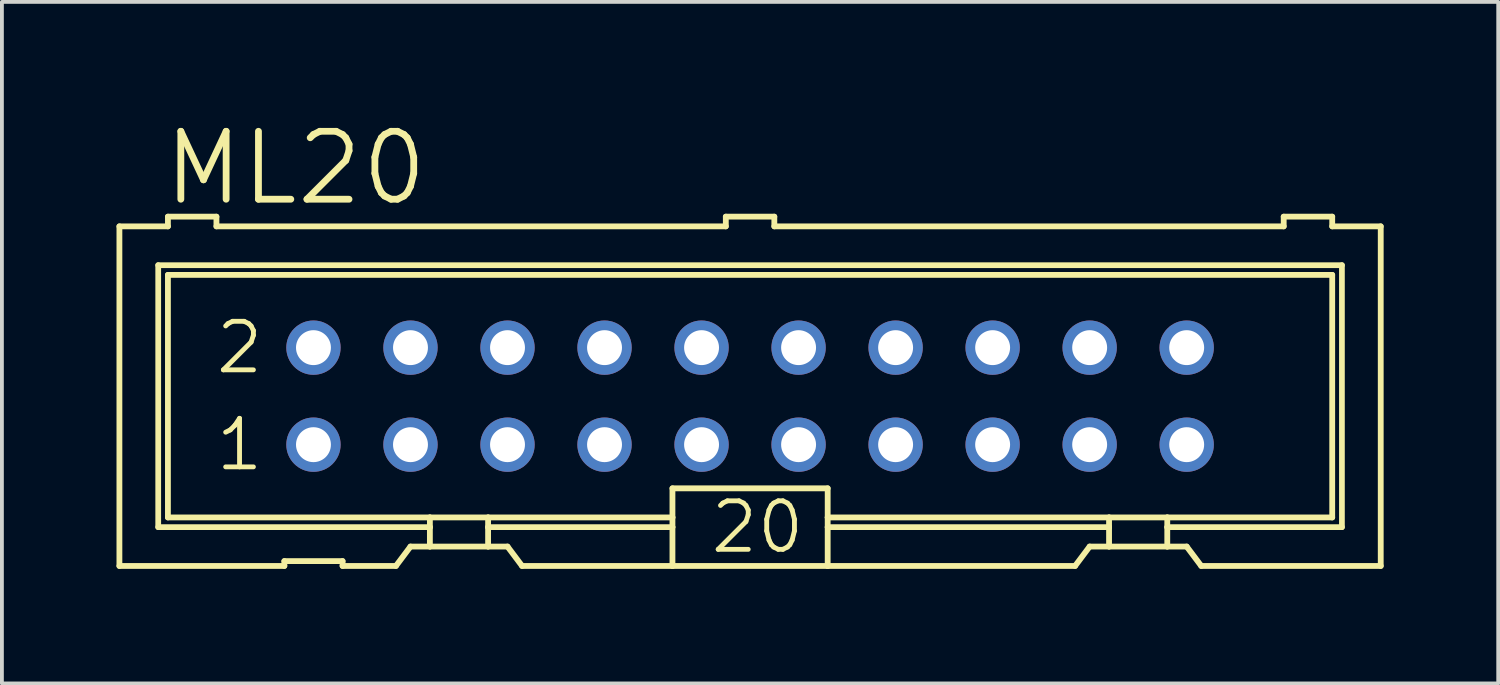
<source format=kicad_pcb>
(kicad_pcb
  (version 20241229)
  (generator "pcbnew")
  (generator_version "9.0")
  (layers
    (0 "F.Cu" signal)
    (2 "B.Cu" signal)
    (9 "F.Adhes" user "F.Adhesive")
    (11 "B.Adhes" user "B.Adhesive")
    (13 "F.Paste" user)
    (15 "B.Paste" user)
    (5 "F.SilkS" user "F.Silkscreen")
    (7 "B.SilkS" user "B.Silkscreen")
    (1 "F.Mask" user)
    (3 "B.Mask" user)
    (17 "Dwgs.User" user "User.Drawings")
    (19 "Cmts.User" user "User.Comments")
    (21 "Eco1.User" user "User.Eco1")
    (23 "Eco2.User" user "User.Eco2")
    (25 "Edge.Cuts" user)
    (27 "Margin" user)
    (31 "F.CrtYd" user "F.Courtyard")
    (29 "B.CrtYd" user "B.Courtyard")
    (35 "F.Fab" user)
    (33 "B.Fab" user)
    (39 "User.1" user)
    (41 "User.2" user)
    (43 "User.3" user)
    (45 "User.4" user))
  (footprint "ML20"
    (layer "F.Cu")
    (at 16.586 7.321)
    (property "Reference" "ML20" (at -11.896 -5.969 0) (layer "F.SilkS") (effects (font (size 1.778 1.778) (thickness 0.178))))
    (attr through_hole)
    (fp_line (start -16.51 -4.445) (end -16.51 4.445) (stroke (width 0.152) (type solid)) (layer "F.SilkS"))
    (fp_line (start -16.51 -4.445) (end -15.24 -4.445) (stroke (width 0.152) (type solid)) (layer "F.SilkS"))
    (fp_line (start -16.51 4.445) (end -12.192 4.445) (stroke (width 0.152) (type solid)) (layer "F.SilkS"))
    (fp_line (start -15.494 -3.429) (end -15.494 3.429) (stroke (width 0.15) (type solid)) (layer "F.SilkS"))
    (fp_line (start -15.494 3.429) (end -8.382 3.429) (stroke (width 0.15) (type solid)) (layer "F.SilkS"))
    (fp_line (start -15.24 -4.699) (end -15.24 -4.445) (stroke (width 0.152) (type solid)) (layer "F.SilkS"))
    (fp_line (start -15.24 -3.175) (end -15.24 3.175) (stroke (width 0.152) (type solid)) (layer "F.SilkS"))
    (fp_line (start -15.24 -3.175) (end 15.24 -3.175) (stroke (width 0.152) (type solid)) (layer "F.SilkS"))
    (fp_line (start -13.97 -4.699) (end -15.24 -4.699) (stroke (width 0.152) (type solid)) (layer "F.SilkS"))
    (fp_line (start -13.97 -4.699) (end -13.97 -4.445) (stroke (width 0.152) (type solid)) (layer "F.SilkS"))
    (fp_line (start -13.97 -4.445) (end -0.635 -4.445) (stroke (width 0.152) (type solid)) (layer "F.SilkS"))
    (fp_line (start -12.192 4.318) (end -12.192 4.445) (stroke (width 0.152) (type solid)) (layer "F.SilkS"))
    (fp_line (start -12.192 4.318) (end -10.668 4.318) (stroke (width 0.152) (type solid)) (layer "F.SilkS"))
    (fp_line (start -10.668 4.445) (end -10.668 4.318) (stroke (width 0.152) (type solid)) (layer "F.SilkS"))
    (fp_line (start -10.668 4.445) (end -9.271 4.445) (stroke (width 0.152) (type solid)) (layer "F.SilkS"))
    (fp_line (start -9.271 4.445) (end -8.89 3.937) (stroke (width 0.152) (type solid)) (layer "F.SilkS"))
    (fp_line (start -8.382 3.175) (end -15.24 3.175) (stroke (width 0.152) (type solid)) (layer "F.SilkS"))
    (fp_line (start -8.382 3.175) (end -8.382 3.429) (stroke (width 0.152) (type solid)) (layer "F.SilkS"))
    (fp_line (start -8.382 3.429) (end -8.382 3.937) (stroke (width 0.152) (type solid)) (layer "F.SilkS"))
    (fp_line (start -8.382 3.937) (end -8.89 3.937) (stroke (width 0.152) (type solid)) (layer "F.SilkS"))
    (fp_line (start -6.858 3.175) (end -8.382 3.175) (stroke (width 0.152) (type solid)) (layer "F.SilkS"))
    (fp_line (start -6.858 3.175) (end -6.858 3.429) (stroke (width 0.152) (type solid)) (layer "F.SilkS"))
    (fp_line (start -6.858 3.429) (end -6.858 3.937) (stroke (width 0.152) (type solid)) (layer "F.SilkS"))
    (fp_line (start -6.858 3.429) (end -2.032 3.429) (stroke (width 0.15) (type solid)) (layer "F.SilkS"))
    (fp_line (start -6.858 3.937) (end -8.382 3.937) (stroke (width 0.152) (type solid)) (layer "F.SilkS"))
    (fp_line (start -6.35 3.937) (end -6.858 3.937) (stroke (width 0.152) (type solid)) (layer "F.SilkS"))
    (fp_line (start -6.35 3.937) (end -5.969 4.445) (stroke (width 0.152) (type solid)) (layer "F.SilkS"))
    (fp_line (start -5.969 4.445) (end -2.032 4.445) (stroke (width 0.152) (type solid)) (layer "F.SilkS"))
    (fp_line (start -2.032 3.175) (end -6.858 3.175) (stroke (width 0.152) (type solid)) (layer "F.SilkS"))
    (fp_line (start -2.032 3.175) (end -2.032 2.413) (stroke (width 0.152) (type solid)) (layer "F.SilkS"))
    (fp_line (start -2.032 3.175) (end -2.032 3.429) (stroke (width 0.152) (type solid)) (layer "F.SilkS"))
    (fp_line (start -2.032 3.429) (end -2.032 4.445) (stroke (width 0.152) (type solid)) (layer "F.SilkS"))
    (fp_line (start -0.635 -4.699) (end -0.635 -4.445) (stroke (width 0.152) (type solid)) (layer "F.SilkS"))
    (fp_line (start 0.635 -4.699) (end -0.635 -4.699) (stroke (width 0.152) (type solid)) (layer "F.SilkS"))
    (fp_line (start 0.635 -4.699) (end 0.635 -4.445) (stroke (width 0.152) (type solid)) (layer "F.SilkS"))
    (fp_line (start 0.635 -4.445) (end 13.97 -4.445) (stroke (width 0.152) (type solid)) (layer "F.SilkS"))
    (fp_line (start 2.032 2.413) (end -2.032 2.413) (stroke (width 0.152) (type solid)) (layer "F.SilkS"))
    (fp_line (start 2.032 2.413) (end 2.032 3.175) (stroke (width 0.152) (type solid)) (layer "F.SilkS"))
    (fp_line (start 2.032 3.175) (end 2.032 3.429) (stroke (width 0.152) (type solid)) (layer "F.SilkS"))
    (fp_line (start 2.032 3.429) (end 2.032 4.445) (stroke (width 0.152) (type solid)) (layer "F.SilkS"))
    (fp_line (start 2.032 4.445) (end -2.032 4.445) (stroke (width 0.152) (type solid)) (layer "F.SilkS"))
    (fp_line (start 8.509 4.445) (end 2.032 4.445) (stroke (width 0.152) (type solid)) (layer "F.SilkS"))
    (fp_line (start 8.509 4.445) (end 8.89 3.937) (stroke (width 0.152) (type solid)) (layer "F.SilkS"))
    (fp_line (start 9.398 3.175) (end 2.032 3.175) (stroke (width 0.152) (type solid)) (layer "F.SilkS"))
    (fp_line (start 9.398 3.175) (end 9.398 3.429) (stroke (width 0.152) (type solid)) (layer "F.SilkS"))
    (fp_line (start 9.398 3.429) (end 2.032 3.429) (stroke (width 0.15) (type solid)) (layer "F.SilkS"))
    (fp_line (start 9.398 3.429) (end 9.398 3.937) (stroke (width 0.152) (type solid)) (layer "F.SilkS"))
    (fp_line (start 9.398 3.937) (end 8.89 3.937) (stroke (width 0.152) (type solid)) (layer "F.SilkS"))
    (fp_line (start 10.922 3.175) (end 9.398 3.175) (stroke (width 0.152) (type solid)) (layer "F.SilkS"))
    (fp_line (start 10.922 3.175) (end 10.922 3.429) (stroke (width 0.152) (type solid)) (layer "F.SilkS"))
    (fp_line (start 10.922 3.429) (end 10.922 3.937) (stroke (width 0.152) (type solid)) (layer "F.SilkS"))
    (fp_line (start 10.922 3.429) (end 15.494 3.429) (stroke (width 0.15) (type solid)) (layer "F.SilkS"))
    (fp_line (start 10.922 3.937) (end 9.398 3.937) (stroke (width 0.152) (type solid)) (layer "F.SilkS"))
    (fp_line (start 11.43 3.937) (end 10.922 3.937) (stroke (width 0.152) (type solid)) (layer "F.SilkS"))
    (fp_line (start 11.43 3.937) (end 11.811 4.445) (stroke (width 0.152) (type solid)) (layer "F.SilkS"))
    (fp_line (start 13.97 -4.445) (end 13.97 -4.699) (stroke (width 0.152) (type solid)) (layer "F.SilkS"))
    (fp_line (start 15.24 -4.699) (end 13.97 -4.699) (stroke (width 0.152) (type solid)) (layer "F.SilkS"))
    (fp_line (start 15.24 -4.445) (end 15.24 -4.699) (stroke (width 0.152) (type solid)) (layer "F.SilkS"))
    (fp_line (start 15.24 -4.445) (end 16.51 -4.445) (stroke (width 0.152) (type solid)) (layer "F.SilkS"))
    (fp_line (start 15.24 3.175) (end 10.922 3.175) (stroke (width 0.152) (type solid)) (layer "F.SilkS"))
    (fp_line (start 15.24 3.175) (end 15.24 -3.175) (stroke (width 0.152) (type solid)) (layer "F.SilkS"))
    (fp_line (start 15.494 -3.429) (end -15.494 -3.429) (stroke (width 0.15) (type solid)) (layer "F.SilkS"))
    (fp_line (start 15.494 3.429) (end 15.494 -3.429) (stroke (width 0.15) (type solid)) (layer "F.SilkS"))
    (fp_line (start 16.51 4.445) (end 11.811 4.445) (stroke (width 0.152) (type solid)) (layer "F.SilkS"))
    (fp_line (start 16.51 4.445) (end 16.51 -4.445) (stroke (width 0.152) (type solid)) (layer "F.SilkS"))
    (fp_poly (pts (xy -11.684 -1.524) (xy -11.176 -1.524) (xy -11.176 -1.016) (xy -11.684 -1.016)) (stroke (width 0.1) (type solid)) (fill no) (layer "F.Fab"))
    (fp_poly (pts (xy -11.684 1.016) (xy -11.176 1.016) (xy -11.176 1.524) (xy -11.684 1.524)) (stroke (width 0.1) (type solid)) (fill no) (layer "F.Fab"))
    (fp_poly (pts (xy -9.144 -1.524) (xy -8.636 -1.524) (xy -8.636 -1.016) (xy -9.144 -1.016)) (stroke (width 0.1) (type solid)) (fill no) (layer "F.Fab"))
    (fp_poly (pts (xy -9.144 1.016) (xy -8.636 1.016) (xy -8.636 1.524) (xy -9.144 1.524)) (stroke (width 0.1) (type solid)) (fill no) (layer "F.Fab"))
    (fp_poly (pts (xy -6.604 -1.524) (xy -6.096 -1.524) (xy -6.096 -1.016) (xy -6.604 -1.016)) (stroke (width 0.1) (type solid)) (fill no) (layer "F.Fab"))
    (fp_poly (pts (xy -6.604 1.016) (xy -6.096 1.016) (xy -6.096 1.524) (xy -6.604 1.524)) (stroke (width 0.1) (type solid)) (fill no) (layer "F.Fab"))
    (fp_poly (pts (xy -4.064 -1.524) (xy -3.556 -1.524) (xy -3.556 -1.016) (xy -4.064 -1.016)) (stroke (width 0.1) (type solid)) (fill no) (layer "F.Fab"))
    (fp_poly (pts (xy -4.064 1.016) (xy -3.556 1.016) (xy -3.556 1.524) (xy -4.064 1.524)) (stroke (width 0.1) (type solid)) (fill no) (layer "F.Fab"))
    (fp_poly (pts (xy -1.524 -1.524) (xy -1.016 -1.524) (xy -1.016 -1.016) (xy -1.524 -1.016)) (stroke (width 0.1) (type solid)) (fill no) (layer "F.Fab"))
    (fp_poly (pts (xy -1.524 1.016) (xy -1.016 1.016) (xy -1.016 1.524) (xy -1.524 1.524)) (stroke (width 0.1) (type solid)) (fill no) (layer "F.Fab"))
    (fp_poly (pts (xy 1.016 -1.524) (xy 1.524 -1.524) (xy 1.524 -1.016) (xy 1.016 -1.016)) (stroke (width 0.1) (type solid)) (fill no) (layer "F.Fab"))
    (fp_poly (pts (xy 1.016 1.016) (xy 1.524 1.016) (xy 1.524 1.524) (xy 1.016 1.524)) (stroke (width 0.1) (type solid)) (fill no) (layer "F.Fab"))
    (fp_poly (pts (xy 3.556 -1.524) (xy 4.064 -1.524) (xy 4.064 -1.016) (xy 3.556 -1.016)) (stroke (width 0.1) (type solid)) (fill no) (layer "F.Fab"))
    (fp_poly (pts (xy 3.556 1.016) (xy 4.064 1.016) (xy 4.064 1.524) (xy 3.556 1.524)) (stroke (width 0.1) (type solid)) (fill no) (layer "F.Fab"))
    (fp_poly (pts (xy 6.096 -1.524) (xy 6.604 -1.524) (xy 6.604 -1.016) (xy 6.096 -1.016)) (stroke (width 0.1) (type solid)) (fill no) (layer "F.Fab"))
    (fp_poly (pts (xy 6.096 1.016) (xy 6.604 1.016) (xy 6.604 1.524) (xy 6.096 1.524)) (stroke (width 0.1) (type solid)) (fill no) (layer "F.Fab"))
    (fp_poly (pts (xy 8.636 -1.524) (xy 9.144 -1.524) (xy 9.144 -1.016) (xy 8.636 -1.016)) (stroke (width 0.1) (type solid)) (fill no) (layer "F.Fab"))
    (fp_poly (pts (xy 8.636 1.016) (xy 9.144 1.016) (xy 9.144 1.524) (xy 8.636 1.524)) (stroke (width 0.1) (type solid)) (fill no) (layer "F.Fab"))
    (fp_poly (pts (xy 11.176 -1.524) (xy 11.684 -1.524) (xy 11.684 -1.016) (xy 11.176 -1.016)) (stroke (width 0.1) (type solid)) (fill no) (layer "F.Fab"))
    (fp_poly (pts (xy 11.176 1.016) (xy 11.684 1.016) (xy 11.684 1.524) (xy 11.176 1.524)) (stroke (width 0.1) (type solid)) (fill no) (layer "F.Fab"))
    (fp_text user "1" (at -13.365 1.27 0) (layer "F.SilkS") (effects (font (size 1.27 1.27) (thickness 0.127))))
    (fp_text user "2" (at -13.365 -1.27 0) (layer "F.SilkS") (effects (font (size 1.27 1.27) (thickness 0.127))))
    (fp_text user "20" (at 0.194 3.429 0) (layer "F.SilkS") (effects (font (size 1.27 1.27) (thickness 0.127))))
    (pad "1" thru_hole circle (at -11.43 1.27) (size 1.422 1.422) (drill 0.914) (layers "*.Cu" "*.Mask"))
    (pad "2" thru_hole circle (at -11.43 -1.27) (size 1.422 1.422) (drill 0.914) (layers "*.Cu" "*.Mask"))
    (pad "3" thru_hole circle (at -8.89 1.27) (size 1.422 1.422) (drill 0.914) (layers "*.Cu" "*.Mask"))
    (pad "4" thru_hole circle (at -8.89 -1.27) (size 1.422 1.422) (drill 0.914) (layers "*.Cu" "*.Mask"))
    (pad "5" thru_hole circle (at -6.35 1.27) (size 1.422 1.422) (drill 0.914) (layers "*.Cu" "*.Mask"))
    (pad "6" thru_hole circle (at -6.35 -1.27) (size 1.422 1.422) (drill 0.914) (layers "*.Cu" "*.Mask"))
    (pad "7" thru_hole circle (at -3.81 1.27) (size 1.422 1.422) (drill 0.914) (layers "*.Cu" "*.Mask"))
    (pad "8" thru_hole circle (at -3.81 -1.27) (size 1.422 1.422) (drill 0.914) (layers "*.Cu" "*.Mask"))
    (pad "9" thru_hole circle (at -1.27 1.27) (size 1.422 1.422) (drill 0.914) (layers "*.Cu" "*.Mask"))
    (pad "10" thru_hole circle (at -1.27 -1.27) (size 1.422 1.422) (drill 0.914) (layers "*.Cu" "*.Mask"))
    (pad "11" thru_hole circle (at 1.27 1.27) (size 1.422 1.422) (drill 0.914) (layers "*.Cu" "*.Mask"))
    (pad "12" thru_hole circle (at 1.27 -1.27) (size 1.422 1.422) (drill 0.914) (layers "*.Cu" "*.Mask"))
    (pad "13" thru_hole circle (at 3.81 1.27) (size 1.422 1.422) (drill 0.914) (layers "*.Cu" "*.Mask"))
    (pad "14" thru_hole circle (at 3.81 -1.27) (size 1.422 1.422) (drill 0.914) (layers "*.Cu" "*.Mask"))
    (pad "15" thru_hole circle (at 6.35 1.27) (size 1.422 1.422) (drill 0.914) (layers "*.Cu" "*.Mask"))
    (pad "16" thru_hole circle (at 6.35 -1.27) (size 1.422 1.422) (drill 0.914) (layers "*.Cu" "*.Mask"))
    (pad "17" thru_hole circle (at 8.89 1.27) (size 1.422 1.422) (drill 0.914) (layers "*.Cu" "*.Mask"))
    (pad "18" thru_hole circle (at 8.89 -1.27) (size 1.422 1.422) (drill 0.914) (layers "*.Cu" "*.Mask"))
    (pad "19" thru_hole circle (at 11.43 1.27) (size 1.422 1.422) (drill 0.914) (layers "*.Cu" "*.Mask"))
    (pad "20" thru_hole circle (at 11.43 -1.27) (size 1.422 1.422) (drill 0.914) (layers "*.Cu" "*.Mask")))
  (gr_rect
    (start -3 -3)
    (end 36.172 14.842)
    (stroke (width 0.1) (type default))
    (fill no)
    (layer "Edge.Cuts")))
</source>
